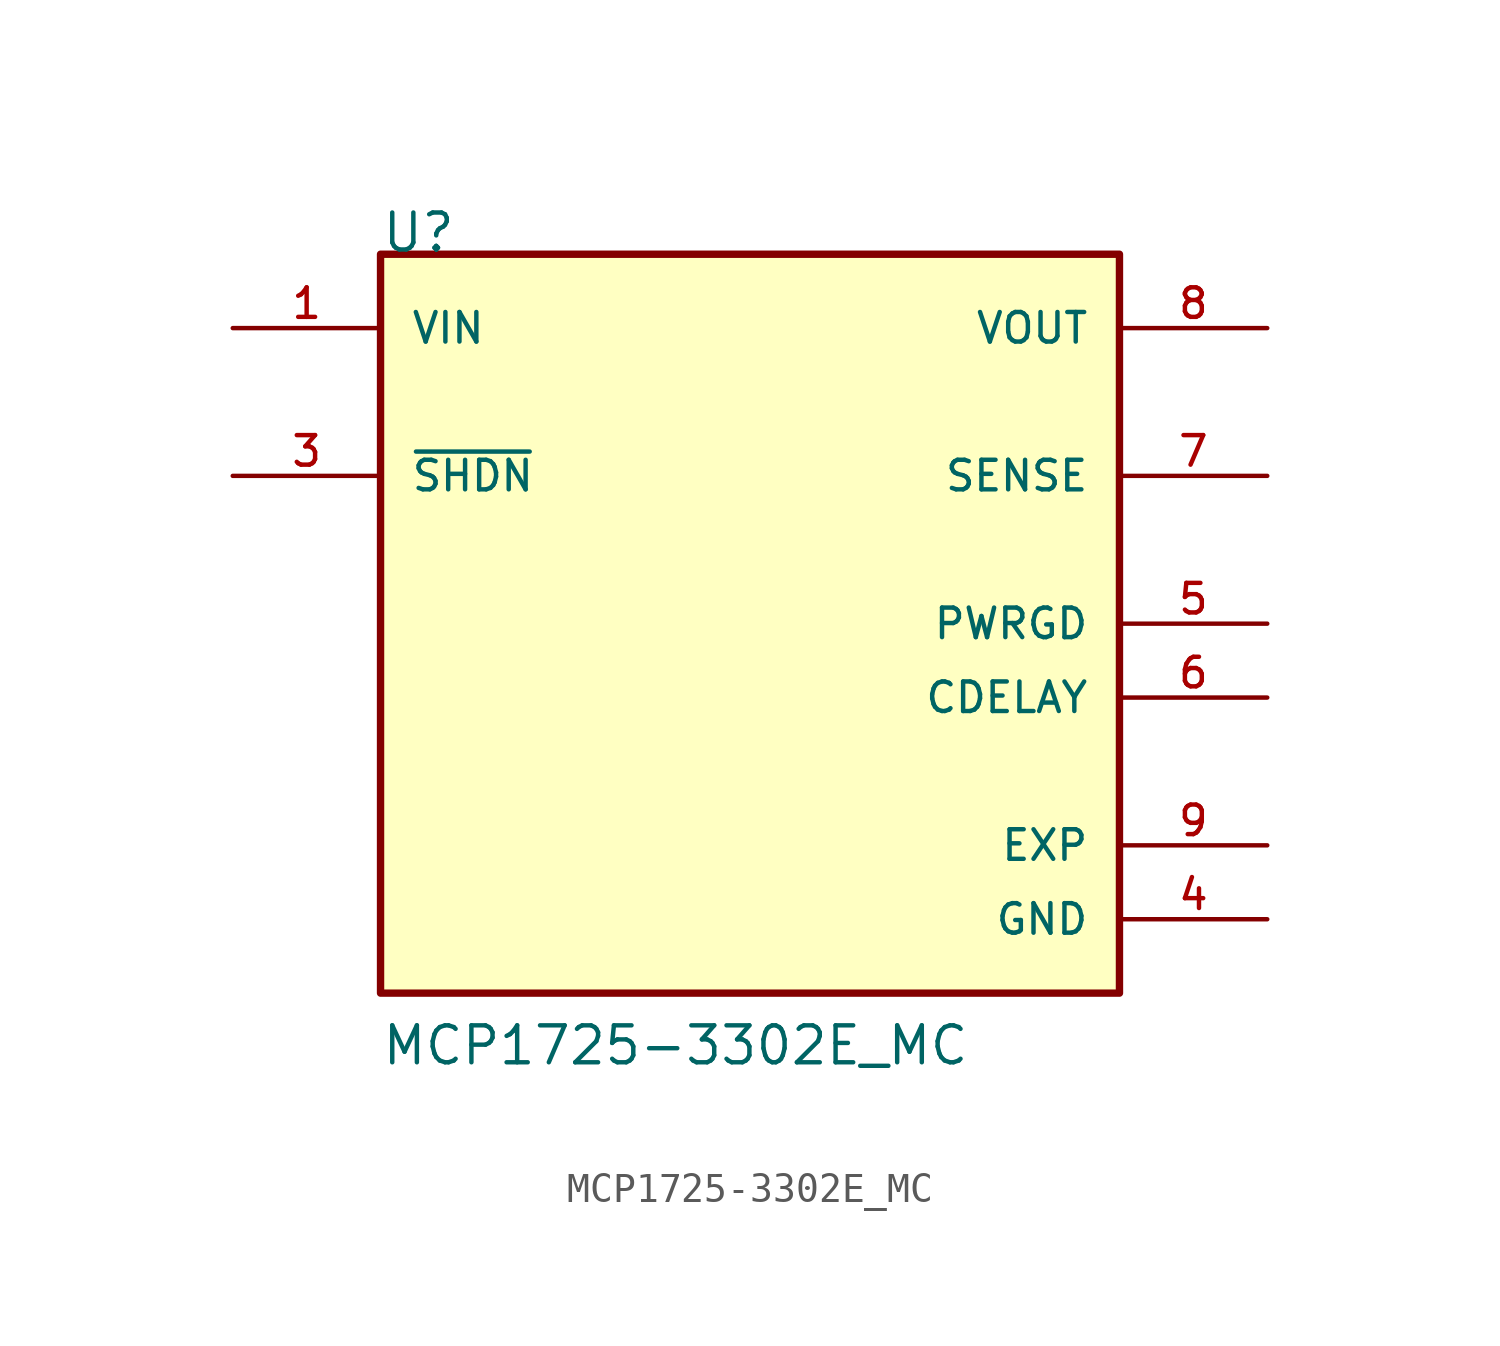
<source format=kicad_sym>
(kicad_symbol_lib
  (version 20211014)
  (generator kicad_symbol_editor)
  (symbol "MCP1725-3302E_MC"
    (pin_names
      (offset 1.016))
    (property "Reference" "U"
      (at -12.7 12.7 0.0)
      (effects (font (size 1.27 1.27)) (justify bottom left)))
    (property "Value" "MCP1725-3302E_MC"
      (at -12.7 -15.24 0.0)
      (effects (font (size 1.27 1.27)) (justify bottom left)))
    (symbol "MCP1725-3302E_MC_0_0"
      (rectangle (start -12.7 -12.7) (end 12.7 12.7) (stroke (width 0.254)) (fill (type background)))
      (pin input line (at -17.78 5.08 0) (length 5.08) (name "~{SHDN}" (effects (font (size 1.016 1.016)))) (number "3" (effects (font (size 1.016 1.016)))))
      (pin input line (at 17.78 -2.54 180.0) (length 5.08) (name "CDELAY" (effects (font (size 1.016 1.016)))) (number "6" (effects (font (size 1.016 1.016)))))
      (pin input line (at 17.78 5.08 180.0) (length 5.08) (name "SENSE" (effects (font (size 1.016 1.016)))) (number "7" (effects (font (size 1.016 1.016)))))
      (pin input line (at -17.78 10.16 0) (length 5.08) (name "VIN" (effects (font (size 1.016 1.016)))) (number "1" (effects (font (size 1.016 1.016)))))
      (pin input line (at -17.78 10.16 0) (length 5.08) hide (name "VIN" (effects (font (size 1.016 1.016)))) (number "2" (effects (font (size 1.016 1.016)))))
      (pin output line (at 17.78 0.0 180.0) (length 5.08) (name "PWRGD" (effects (font (size 1.016 1.016)))) (number "5" (effects (font (size 1.016 1.016)))))
      (pin output line (at 17.78 10.16 180.0) (length 5.08) (name "VOUT" (effects (font (size 1.016 1.016)))) (number "8" (effects (font (size 1.016 1.016)))))
      (pin power_in line (at 17.78 -10.16 180.0) (length 5.08) (name "GND" (effects (font (size 1.016 1.016)))) (number "4" (effects (font (size 1.016 1.016)))))
      (pin power_in line (at 17.78 -7.62 180.0) (length 5.08) (name "EXP" (effects (font (size 1.016 1.016)))) (number "9" (effects (font (size 1.016 1.016))))))))
</source>
